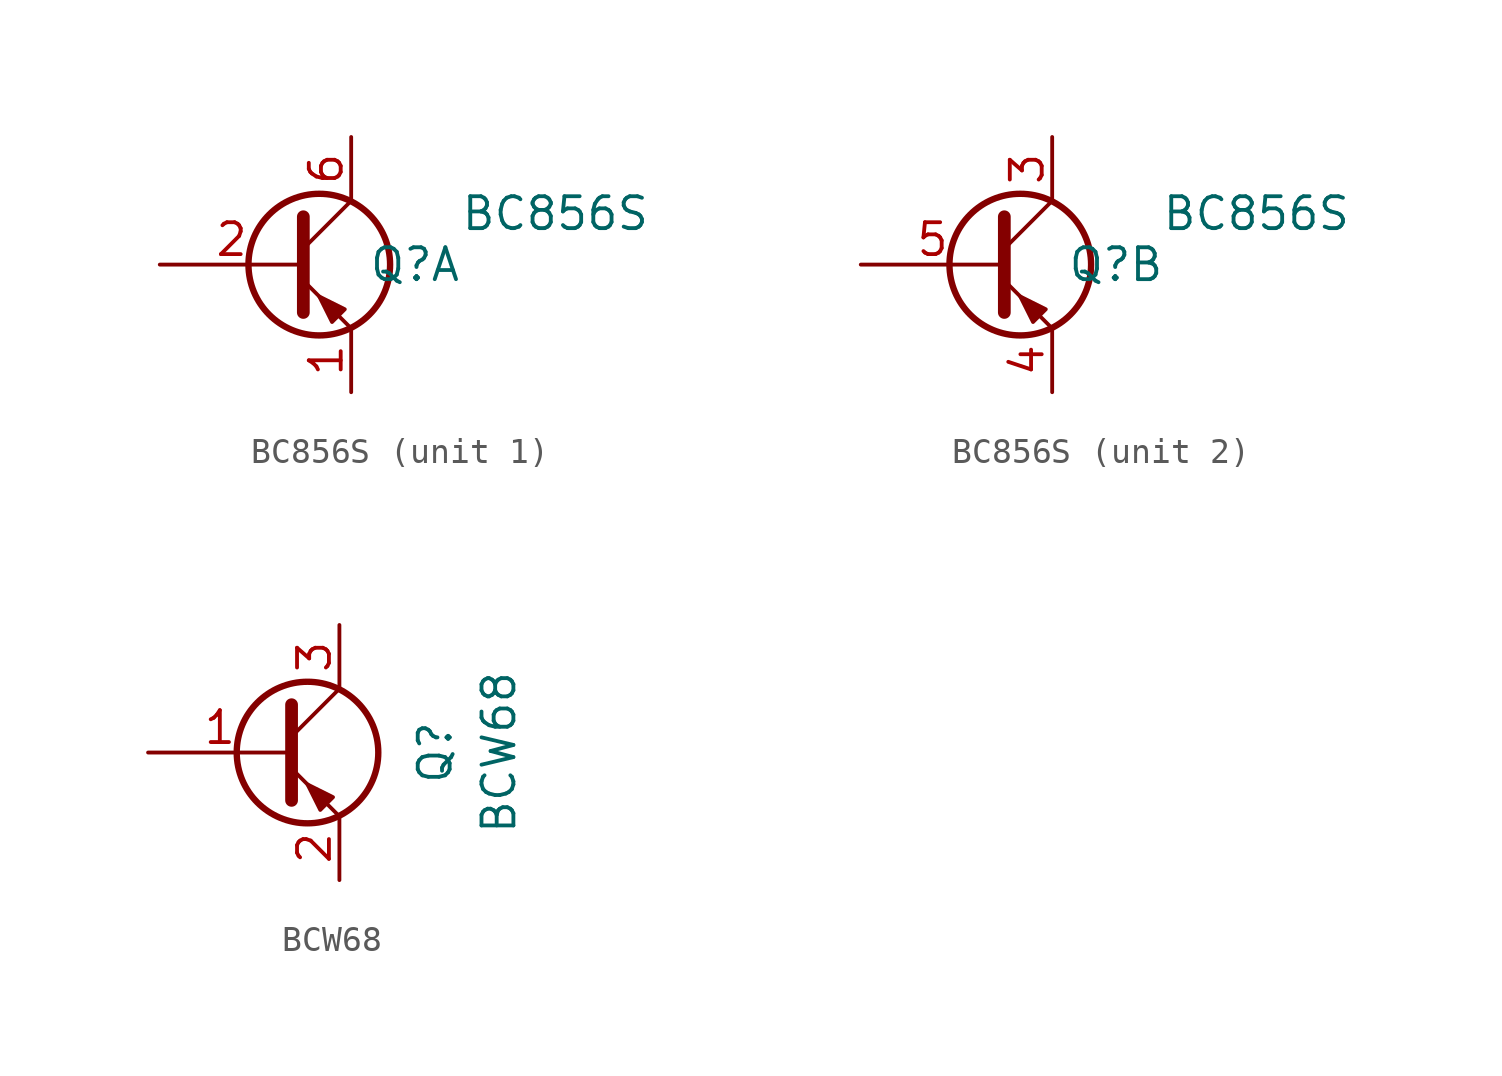
<source format=kicad_sym>
(kicad_symbol_lib
  (version 20231120)
  (generator "kicad_symbol_editor")
  (generator_version "8.0")
  (symbol "BC856S"
    (property "Reference" "Q"
      (at 2.54 0 0)
      (effects (font (size 1.27 1.27))))
    (property "Value" "BC856S"
      (at 8.128 2.032 0)
      (effects (font (size 1.27 1.27))))
    (property "ki_locked" ""
      (at 0 0 0)
      (effects (font (size 1.27 1.27))))
    (symbol "BC856S_0_1"
      (circle (center -1.27 0) (radius 2.819) (stroke (width 0.254) (type default)) (fill (type none)))
      (polyline (pts (xy -1.905 0.635) (xy 0 2.54)) (stroke (width 0) (type default)) (fill (type none)))
      (polyline (pts (xy -1.905 -0.635) (xy 0 -2.54) (xy 0 -2.54)) (stroke (width 0) (type default)) (fill (type none)))
      (polyline (pts (xy -1.905 1.905) (xy -1.905 -1.905) (xy -1.905 -1.905)) (stroke (width 0.508) (type default)) (fill (type none)))
      (polyline (pts (xy -0.254 -1.778) (xy -0.762 -2.286) (xy -1.27 -1.27) (xy -0.254 -1.778) (xy -0.254 -1.778)) (stroke (width 0) (type default)) (fill (type outline))))
    (symbol "BC856S_1_1"
      (pin passive line (at 0 -5.08 90) (length 2.54) (name "~" (effects (font (size 1.27 1.27)))) (number "1" (effects (font (size 1.27 1.27)))))
      (pin input line (at -7.62 0 0) (length 5.715) (name "~" (effects (font (size 1.27 1.27)))) (number "2" (effects (font (size 1.27 1.27)))))
      (pin passive line (at 0 5.08 270) (length 2.54) (name "~" (effects (font (size 1.27 1.27)))) (number "6" (effects (font (size 1.27 1.27))))))
    (symbol "BC856S_2_1"
      (pin passive line (at 0 5.08 270) (length 2.54) (name "~" (effects (font (size 1.27 1.27)))) (number "3" (effects (font (size 1.27 1.27)))))
      (pin passive line (at 0 -5.08 90) (length 2.54) (name "~" (effects (font (size 1.27 1.27)))) (number "4" (effects (font (size 1.27 1.27)))))
      (pin input line (at -7.62 0 0) (length 5.715) (name "~" (effects (font (size 1.27 1.27)))) (number "5" (effects (font (size 1.27 1.27)))))))
  (symbol "BCW68"
    (pin_names
      (offset 1.016))
    (property "Reference" "Q"
      (at 3.81 0 90)
      (effects (font (size 1.27 1.27))))
    (property "Value" "BCW68"
      (at 6.35 0 90)
      (effects (font (size 1.27 1.27))))
    (symbol "BCW68_1_1"
      (circle (center -1.27 0) (radius 2.819) (stroke (width 0.254) (type default)) (fill (type none)))
      (polyline (pts (xy -1.905 0.635) (xy 0 2.54)) (stroke (width 0) (type default)) (fill (type none)))
      (polyline (pts (xy -1.905 -0.635) (xy 0 -2.54) (xy 0 -2.54)) (stroke (width 0) (type default)) (fill (type none)))
      (polyline (pts (xy -1.905 1.905) (xy -1.905 -1.905) (xy -1.905 -1.905)) (stroke (width 0.508) (type default)) (fill (type none)))
      (polyline (pts (xy -0.254 -1.778) (xy -0.762 -2.286) (xy -1.27 -1.27) (xy -0.254 -1.778) (xy -0.254 -1.778)) (stroke (width 0) (type default)) (fill (type outline)))
      (pin input line (at -7.62 0 0) (length 5.715) (name "~" (effects (font (size 1.27 1.27)))) (number "1" (effects (font (size 1.27 1.27)))))
      (pin passive line (at 0 -5.08 90) (length 2.54) (name "~" (effects (font (size 1.27 1.27)))) (number "2" (effects (font (size 1.27 1.27)))))
      (pin passive line (at 0 5.08 270) (length 2.54) (name "~" (effects (font (size 1.27 1.27)))) (number "3" (effects (font (size 1.27 1.27))))))))
</source>
